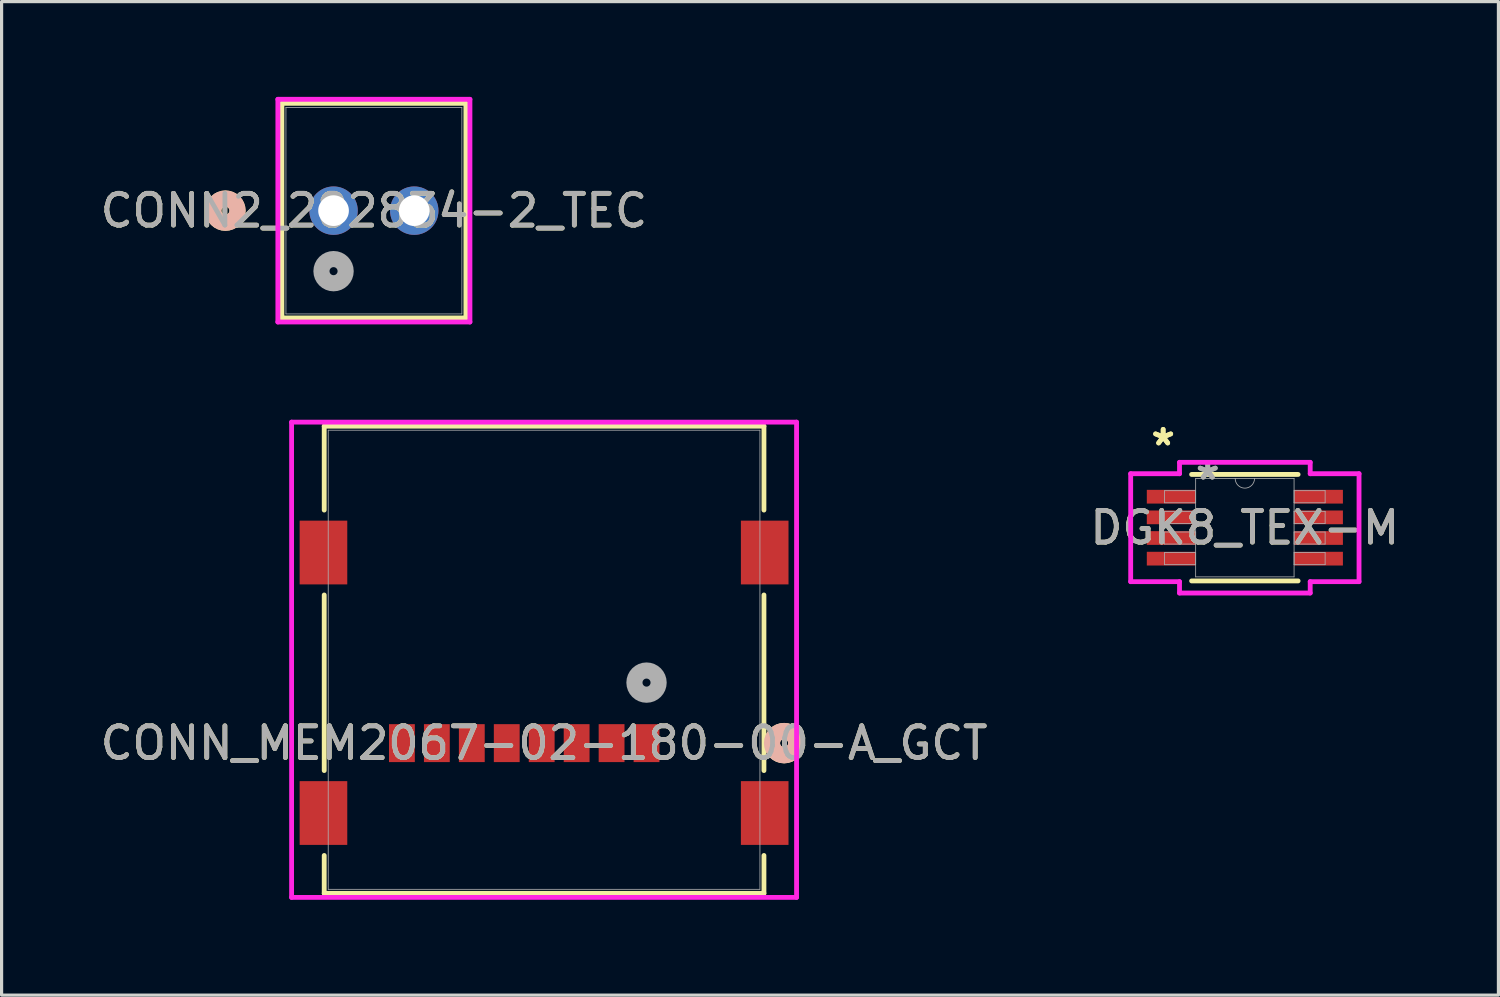
<source format=kicad_pcb>
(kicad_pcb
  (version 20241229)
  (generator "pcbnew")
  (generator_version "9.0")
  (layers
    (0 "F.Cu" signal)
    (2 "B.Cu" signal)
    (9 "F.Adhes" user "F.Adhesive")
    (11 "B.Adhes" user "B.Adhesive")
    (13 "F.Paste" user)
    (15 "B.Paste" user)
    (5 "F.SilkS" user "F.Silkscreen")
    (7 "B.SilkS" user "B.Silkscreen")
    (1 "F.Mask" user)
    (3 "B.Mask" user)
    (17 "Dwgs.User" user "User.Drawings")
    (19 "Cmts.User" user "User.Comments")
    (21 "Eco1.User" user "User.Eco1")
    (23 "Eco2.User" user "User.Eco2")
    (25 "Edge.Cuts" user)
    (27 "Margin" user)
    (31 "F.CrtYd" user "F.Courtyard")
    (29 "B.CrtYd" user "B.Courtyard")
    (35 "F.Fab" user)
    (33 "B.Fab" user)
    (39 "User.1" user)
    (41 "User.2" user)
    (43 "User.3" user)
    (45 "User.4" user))
  (footprint "CONN_MEM2067-02-180-00-A_GCT"
    (layer "F.Cu")
    (at 14.077 17.719)
    (property "Reference" "CONN_MEM2067-02-180-00-A_GCT" (at 0 2.624 0) (unlocked yes) (layer "F.SilkS") (effects (font (size 1 1) (thickness 0.15))))
    (attr smd)
    (fp_line (start -6.921 -7.353) (end -6.921 -4.712) (stroke (width 0.152) (type solid)) (layer "F.SilkS"))
    (fp_line (start -6.921 -2.04) (end -6.921 3.488) (stroke (width 0.152) (type solid)) (layer "F.SilkS"))
    (fp_line (start -6.921 6.16) (end -6.921 7.353) (stroke (width 0.152) (type solid)) (layer "F.SilkS"))
    (fp_line (start -6.921 7.353) (end 6.921 7.353) (stroke (width 0.152) (type solid)) (layer "F.SilkS"))
    (fp_line (start 6.921 -7.353) (end -6.921 -7.353) (stroke (width 0.152) (type solid)) (layer "F.SilkS"))
    (fp_line (start 6.921 -4.712) (end 6.921 -7.353) (stroke (width 0.152) (type solid)) (layer "F.SilkS"))
    (fp_line (start 6.921 3.488) (end 6.921 -2.04) (stroke (width 0.152) (type solid)) (layer "F.SilkS"))
    (fp_line (start 6.921 7.353) (end 6.921 6.16) (stroke (width 0.152) (type solid)) (layer "F.SilkS"))
    (fp_circle (center 7.556 2.624) (end 7.938 2.624) (stroke (width 0.508) (type solid)) (fill no) (layer "F.SilkS"))
    (fp_circle (center 7.556 2.624) (end 7.938 2.624) (stroke (width 0.508) (type solid)) (fill no) (layer "B.SilkS"))
    (fp_line (start -7.948 -7.48) (end -7.948 7.48) (stroke (width 0.152) (type solid)) (layer "F.CrtYd"))
    (fp_line (start -7.948 7.48) (end 7.948 7.48) (stroke (width 0.152) (type solid)) (layer "F.CrtYd"))
    (fp_line (start 7.948 -7.48) (end -7.948 -7.48) (stroke (width 0.152) (type solid)) (layer "F.CrtYd"))
    (fp_line (start 7.948 7.48) (end 7.948 -7.48) (stroke (width 0.152) (type solid)) (layer "F.CrtYd"))
    (fp_line (start -6.795 -7.226) (end -6.795 7.226) (stroke (width 0.025) (type solid)) (layer "F.Fab"))
    (fp_line (start -6.795 7.226) (end 6.795 7.226) (stroke (width 0.025) (type solid)) (layer "F.Fab"))
    (fp_line (start 6.795 -7.226) (end -6.795 -7.226) (stroke (width 0.025) (type solid)) (layer "F.Fab"))
    (fp_line (start 6.795 7.226) (end 6.795 -7.226) (stroke (width 0.025) (type solid)) (layer "F.Fab"))
    (fp_circle (center 3.225 0.719) (end 3.606 0.719) (stroke (width 0.508) (type solid)) (fill no) (layer "F.Fab"))
    (fp_text user "${REFERENCE}" (at 0 2.624 0) (unlocked yes) (layer "F.Fab") (effects (font (size 1 1) (thickness 0.15))))
    (pad "1" smd rect (at 3.225 2.624) (size 0.813 1.194) (layers "F.Cu" "F.Mask" "F.Paste"))
    (pad "2" smd rect (at 2.125 2.624) (size 0.813 1.194) (layers "F.Cu" "F.Mask" "F.Paste"))
    (pad "3" smd rect (at 1.025 2.624) (size 0.813 1.194) (layers "F.Cu" "F.Mask" "F.Paste"))
    (pad "4" smd rect (at -0.075 2.624) (size 0.813 1.194) (layers "F.Cu" "F.Mask" "F.Paste"))
    (pad "5" smd rect (at -1.175 2.624) (size 0.813 1.194) (layers "F.Cu" "F.Mask" "F.Paste"))
    (pad "6" smd rect (at -2.275 2.624) (size 0.813 1.194) (layers "F.Cu" "F.Mask" "F.Paste"))
    (pad "7" smd rect (at -3.375 2.624) (size 0.813 1.194) (layers "F.Cu" "F.Mask" "F.Paste"))
    (pad "8" smd rect (at -4.475 2.624) (size 0.813 1.194) (layers "F.Cu" "F.Mask" "F.Paste"))
    (pad "9" smd rect (at -6.945 -3.376) (size 1.499 2.007) (layers "F.Cu" "F.Mask" "F.Paste"))
    (pad "9" smd rect (at -6.945 4.824) (size 1.499 2.007) (layers "F.Cu" "F.Mask" "F.Paste"))
    (pad "9" smd rect (at 6.945 -3.376) (size 1.499 2.007) (layers "F.Cu" "F.Mask" "F.Paste"))
    (pad "9" smd rect (at 6.945 4.824) (size 1.499 2.007) (layers "F.Cu" "F.Mask" "F.Paste")))
  (footprint "DGK8_TEX-M"
    (layer "F.Cu")
    (at 36.137 13.561)
    (property "Reference" "DGK8_TEX-M" (at 0 0 0) (unlocked yes) (layer "F.SilkS") (effects (font (size 1 1) (thickness 0.15))))
    (attr smd)
    (fp_line (start -1.676 1.676) (end 1.676 1.676) (stroke (width 0.152) (type solid)) (layer "F.SilkS"))
    (fp_line (start 1.676 -1.676) (end -1.676 -1.676) (stroke (width 0.152) (type solid)) (layer "F.SilkS"))
    (fp_line (start -3.594 -1.699) (end -2.057 -1.699) (stroke (width 0.152) (type solid)) (layer "F.CrtYd"))
    (fp_line (start -3.594 1.699) (end -3.594 -1.699) (stroke (width 0.152) (type solid)) (layer "F.CrtYd"))
    (fp_line (start -3.594 1.699) (end -2.057 1.699) (stroke (width 0.152) (type solid)) (layer "F.CrtYd"))
    (fp_line (start -2.057 -2.057) (end 2.057 -2.057) (stroke (width 0.152) (type solid)) (layer "F.CrtYd"))
    (fp_line (start -2.057 -1.699) (end -2.057 -2.057) (stroke (width 0.152) (type solid)) (layer "F.CrtYd"))
    (fp_line (start -2.057 2.057) (end -2.057 1.699) (stroke (width 0.152) (type solid)) (layer "F.CrtYd"))
    (fp_line (start 2.057 -2.057) (end 2.057 -1.699) (stroke (width 0.152) (type solid)) (layer "F.CrtYd"))
    (fp_line (start 2.057 1.699) (end 2.057 2.057) (stroke (width 0.152) (type solid)) (layer "F.CrtYd"))
    (fp_line (start 2.057 2.057) (end -2.057 2.057) (stroke (width 0.152) (type solid)) (layer "F.CrtYd"))
    (fp_line (start 3.594 -1.699) (end 2.057 -1.699) (stroke (width 0.152) (type solid)) (layer "F.CrtYd"))
    (fp_line (start 3.594 -1.699) (end 3.594 1.699) (stroke (width 0.152) (type solid)) (layer "F.CrtYd"))
    (fp_line (start 3.594 1.699) (end 2.057 1.699) (stroke (width 0.152) (type solid)) (layer "F.CrtYd"))
    (fp_line (start -2.527 -1.165) (end -2.527 -0.784) (stroke (width 0.025) (type solid)) (layer "F.Fab"))
    (fp_line (start -2.527 -0.784) (end -1.549 -0.784) (stroke (width 0.025) (type solid)) (layer "F.Fab"))
    (fp_line (start -2.527 -0.515) (end -2.527 -0.135) (stroke (width 0.025) (type solid)) (layer "F.Fab"))
    (fp_line (start -2.527 -0.135) (end -1.549 -0.135) (stroke (width 0.025) (type solid)) (layer "F.Fab"))
    (fp_line (start -2.527 0.135) (end -2.527 0.515) (stroke (width 0.025) (type solid)) (layer "F.Fab"))
    (fp_line (start -2.527 0.515) (end -1.549 0.515) (stroke (width 0.025) (type solid)) (layer "F.Fab"))
    (fp_line (start -2.527 0.784) (end -2.527 1.165) (stroke (width 0.025) (type solid)) (layer "F.Fab"))
    (fp_line (start -2.527 1.165) (end -1.549 1.165) (stroke (width 0.025) (type solid)) (layer "F.Fab"))
    (fp_line (start -1.549 -1.549) (end -1.549 1.549) (stroke (width 0.025) (type solid)) (layer "F.Fab"))
    (fp_line (start -1.549 -1.165) (end -2.527 -1.165) (stroke (width 0.025) (type solid)) (layer "F.Fab"))
    (fp_line (start -1.549 -0.784) (end -1.549 -1.165) (stroke (width 0.025) (type solid)) (layer "F.Fab"))
    (fp_line (start -1.549 -0.515) (end -2.527 -0.515) (stroke (width 0.025) (type solid)) (layer "F.Fab"))
    (fp_line (start -1.549 -0.135) (end -1.549 -0.515) (stroke (width 0.025) (type solid)) (layer "F.Fab"))
    (fp_line (start -1.549 0.135) (end -2.527 0.135) (stroke (width 0.025) (type solid)) (layer "F.Fab"))
    (fp_line (start -1.549 0.515) (end -1.549 0.135) (stroke (width 0.025) (type solid)) (layer "F.Fab"))
    (fp_line (start -1.549 0.784) (end -2.527 0.784) (stroke (width 0.025) (type solid)) (layer "F.Fab"))
    (fp_line (start -1.549 1.165) (end -1.549 0.784) (stroke (width 0.025) (type solid)) (layer "F.Fab"))
    (fp_line (start -1.549 1.549) (end 1.549 1.549) (stroke (width 0.025) (type solid)) (layer "F.Fab"))
    (fp_line (start 1.549 -1.549) (end -1.549 -1.549) (stroke (width 0.025) (type solid)) (layer "F.Fab"))
    (fp_line (start 1.549 -1.165) (end 1.549 -0.784) (stroke (width 0.025) (type solid)) (layer "F.Fab"))
    (fp_line (start 1.549 -0.784) (end 2.527 -0.784) (stroke (width 0.025) (type solid)) (layer "F.Fab"))
    (fp_line (start 1.549 -0.515) (end 1.549 -0.135) (stroke (width 0.025) (type solid)) (layer "F.Fab"))
    (fp_line (start 1.549 -0.135) (end 2.527 -0.135) (stroke (width 0.025) (type solid)) (layer "F.Fab"))
    (fp_line (start 1.549 0.135) (end 1.549 0.515) (stroke (width 0.025) (type solid)) (layer "F.Fab"))
    (fp_line (start 1.549 0.515) (end 2.527 0.515) (stroke (width 0.025) (type solid)) (layer "F.Fab"))
    (fp_line (start 1.549 0.784) (end 1.549 1.165) (stroke (width 0.025) (type solid)) (layer "F.Fab"))
    (fp_line (start 1.549 1.165) (end 2.527 1.165) (stroke (width 0.025) (type solid)) (layer "F.Fab"))
    (fp_line (start 1.549 1.549) (end 1.549 -1.549) (stroke (width 0.025) (type solid)) (layer "F.Fab"))
    (fp_line (start 2.527 -1.165) (end 1.549 -1.165) (stroke (width 0.025) (type solid)) (layer "F.Fab"))
    (fp_line (start 2.527 -0.784) (end 2.527 -1.165) (stroke (width 0.025) (type solid)) (layer "F.Fab"))
    (fp_line (start 2.527 -0.515) (end 1.549 -0.515) (stroke (width 0.025) (type solid)) (layer "F.Fab"))
    (fp_line (start 2.527 -0.135) (end 2.527 -0.515) (stroke (width 0.025) (type solid)) (layer "F.Fab"))
    (fp_line (start 2.527 0.135) (end 1.549 0.135) (stroke (width 0.025) (type solid)) (layer "F.Fab"))
    (fp_line (start 2.527 0.515) (end 2.527 0.135) (stroke (width 0.025) (type solid)) (layer "F.Fab"))
    (fp_line (start 2.527 0.784) (end 1.549 0.784) (stroke (width 0.025) (type solid)) (layer "F.Fab"))
    (fp_line (start 2.527 1.165) (end 2.527 0.784) (stroke (width 0.025) (type solid)) (layer "F.Fab"))
    (fp_arc (start 0.3048 -1.5494) (mid 0 -1.2446) (end -0.3048 -1.5494) (stroke (width 0.0254) (type solid)) (layer "F.Fab"))
    (fp_text user "*" (at -2.572 -2.55 0) (unlocked yes) (layer "F.SilkS") (effects (font (size 1 1) (thickness 0.15))))
    (fp_text user "*" (at -2.572 -2.55 0) (layer "F.SilkS") (effects (font (size 1 1) (thickness 0.15))))
    (fp_text user "*" (at -1.168 -1.473 0) (layer "F.Fab") (effects (font (size 1 1) (thickness 0.15))))
    (fp_text user "*" (at -1.168 -1.473 0) (unlocked yes) (layer "F.Fab") (effects (font (size 1 1) (thickness 0.15))))
    (fp_text user "${REFERENCE}" (at 0 0 0) (unlocked yes) (layer "F.Fab") (effects (font (size 1 1) (thickness 0.15))))
    (pad "1" smd rect (at -2.318 -0.975) (size 1.537 0.432) (layers "F.Cu" "F.Mask" "F.Paste"))
    (pad "2" smd rect (at -2.318 -0.325) (size 1.537 0.432) (layers "F.Cu" "F.Mask" "F.Paste"))
    (pad "3" smd rect (at -2.318 0.325) (size 1.537 0.432) (layers "F.Cu" "F.Mask" "F.Paste"))
    (pad "4" smd rect (at -2.318 0.975) (size 1.537 0.432) (layers "F.Cu" "F.Mask" "F.Paste"))
    (pad "5" smd rect (at 2.318 0.975) (size 1.537 0.432) (layers "F.Cu" "F.Mask" "F.Paste"))
    (pad "6" smd rect (at 2.318 0.325) (size 1.537 0.432) (layers "F.Cu" "F.Mask" "F.Paste"))
    (pad "7" smd rect (at 2.318 -0.325) (size 1.537 0.432) (layers "F.Cu" "F.Mask" "F.Paste"))
    (pad "8" smd rect (at 2.318 -0.975) (size 1.537 0.432) (layers "F.Cu" "F.Mask" "F.Paste")))
  (footprint "CONN2_282834-2_TEC"
    (layer "F.Cu")
    (at 7.45 3.581)
    (property "Reference" "CONN2_282834-2_TEC" (at 1.27 0 0) (unlocked yes) (layer "F.SilkS") (effects (font (size 1 1) (thickness 0.15))))
    (attr through_hole)
    (fp_line (start -1.626 -3.378) (end -1.626 3.378) (stroke (width 0.152) (type solid)) (layer "F.SilkS"))
    (fp_line (start -1.626 3.378) (end 4.166 3.378) (stroke (width 0.152) (type solid)) (layer "F.SilkS"))
    (fp_line (start 4.166 -3.378) (end -1.626 -3.378) (stroke (width 0.152) (type solid)) (layer "F.SilkS"))
    (fp_line (start 4.166 3.378) (end 4.166 -3.378) (stroke (width 0.152) (type solid)) (layer "F.SilkS"))
    (fp_circle (center -3.404 0) (end -3.023 0) (stroke (width 0.508) (type solid)) (fill no) (layer "F.SilkS"))
    (fp_circle (center -3.404 0) (end -3.023 0) (stroke (width 0.508) (type solid)) (fill no) (layer "B.SilkS"))
    (fp_line (start -1.753 -3.505) (end -1.753 3.505) (stroke (width 0.152) (type solid)) (layer "F.CrtYd"))
    (fp_line (start -1.753 3.505) (end 4.293 3.505) (stroke (width 0.152) (type solid)) (layer "F.CrtYd"))
    (fp_line (start 4.293 -3.505) (end -1.753 -3.505) (stroke (width 0.152) (type solid)) (layer "F.CrtYd"))
    (fp_line (start 4.293 3.505) (end 4.293 -3.505) (stroke (width 0.152) (type solid)) (layer "F.CrtYd"))
    (fp_line (start -1.499 -3.251) (end -1.499 3.251) (stroke (width 0.025) (type solid)) (layer "F.Fab"))
    (fp_line (start -1.499 3.251) (end 4.039 3.251) (stroke (width 0.025) (type solid)) (layer "F.Fab"))
    (fp_line (start 4.039 -3.251) (end -1.499 -3.251) (stroke (width 0.025) (type solid)) (layer "F.Fab"))
    (fp_line (start 4.039 3.251) (end 4.039 -3.251) (stroke (width 0.025) (type solid)) (layer "F.Fab"))
    (fp_circle (center 0 1.905) (end 0.381 1.905) (stroke (width 0.508) (type solid)) (fill no) (layer "F.Fab"))
    (fp_text user "${REFERENCE}" (at 1.27 0 0) (unlocked yes) (layer "F.Fab") (effects (font (size 1 1) (thickness 0.15))))
    (pad "1" thru_hole circle (at 0 0) (size 1.524 1.524) (drill 0.965) (layers "*.Cu" "*.Mask"))
    (pad "2" thru_hole circle (at 2.54 0) (size 1.524 1.524) (drill 0.965) (layers "*.Cu" "*.Mask")))
  (gr_rect
    (start -3 -3)
    (end 44.119 28.276)
    (stroke (width 0.1) (type default))
    (fill no)
    (layer "Edge.Cuts")))
</source>
